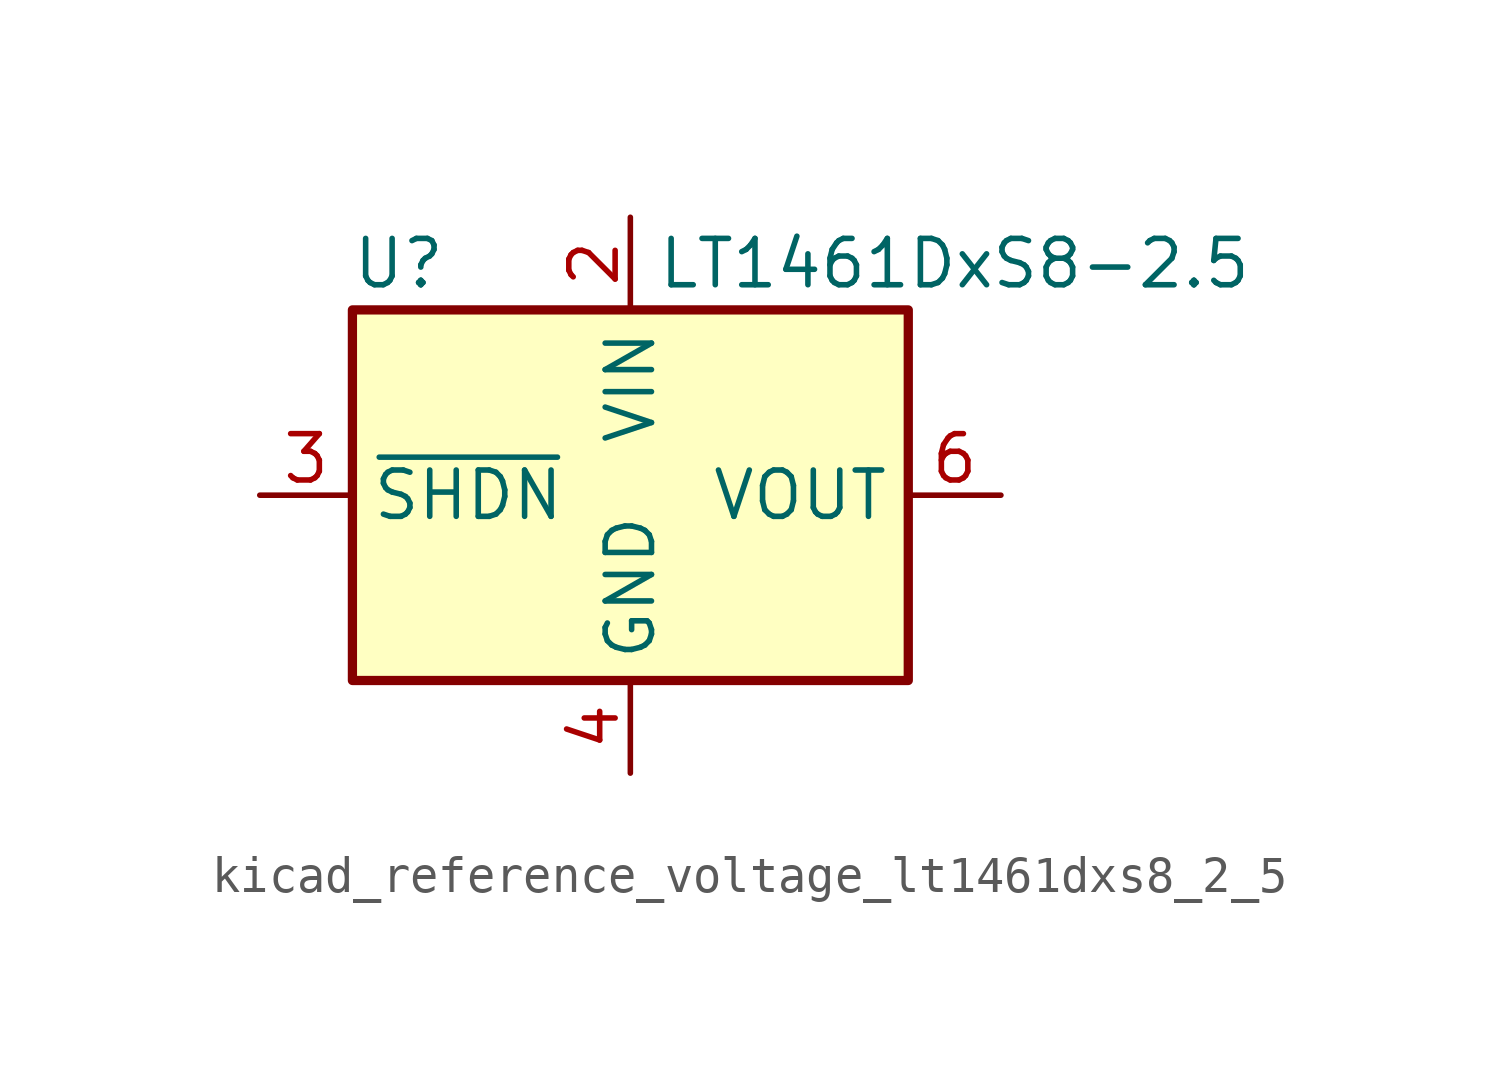
<source format=kicad_sym>
(kicad_symbol_lib
  (version 20220914)
  (generator kicad_symbol_editor)
  (symbol "kicad_reference_voltage_lt1461dxs8_2_5"
    (property "Reference" "U"
      (at -6.35 6.35 0)
      (effects (font (size 1.27 1.27))))
    (property "Value" "LT1461DxS8-2.5"
      (at 8.89 6.35 0)
      (effects (font (size 1.27 1.27))))
    (symbol "kicad_reference_voltage_lt1461dxs8_2_5_1_1"
      (rectangle (start -7.62 5.08) (end 7.62 -5.08) (stroke (width 0.254) (type default)) (fill (type background)))
      (pin no_connect line (at 7.62 -2.54 180) (length 2.54) hide (name "DNC" (effects (font (size 1.27 1.27)))) (number "1" (effects (font (size 1.27 1.27)))))
      (pin power_in line (at 0 7.62 270) (length 2.54) (name "VIN" (effects (font (size 1.27 1.27)))) (number "2" (effects (font (size 1.27 1.27)))))
      (pin input line (at -10.16 0 0) (length 2.54) (name "~{SHDN}" (effects (font (size 1.27 1.27)))) (number "3" (effects (font (size 1.27 1.27)))))
      (pin power_in line (at 0 -7.62 90) (length 2.54) (name "GND" (effects (font (size 1.27 1.27)))) (number "4" (effects (font (size 1.27 1.27)))))
      (pin no_connect line (at -7.62 -2.54 0) (length 2.54) hide (name "DNC" (effects (font (size 1.27 1.27)))) (number "5" (effects (font (size 1.27 1.27)))))
      (pin power_out line (at 10.16 0 180) (length 2.54) (name "VOUT" (effects (font (size 1.27 1.27)))) (number "6" (effects (font (size 1.27 1.27)))))
      (pin no_connect line (at -7.62 2.54 0) (length 2.54) hide (name "DNC" (effects (font (size 1.27 1.27)))) (number "7" (effects (font (size 1.27 1.27)))))
      (pin no_connect line (at 7.62 2.54 180) (length 2.54) hide (name "DNC" (effects (font (size 1.27 1.27)))) (number "8" (effects (font (size 1.27 1.27))))))))
</source>
